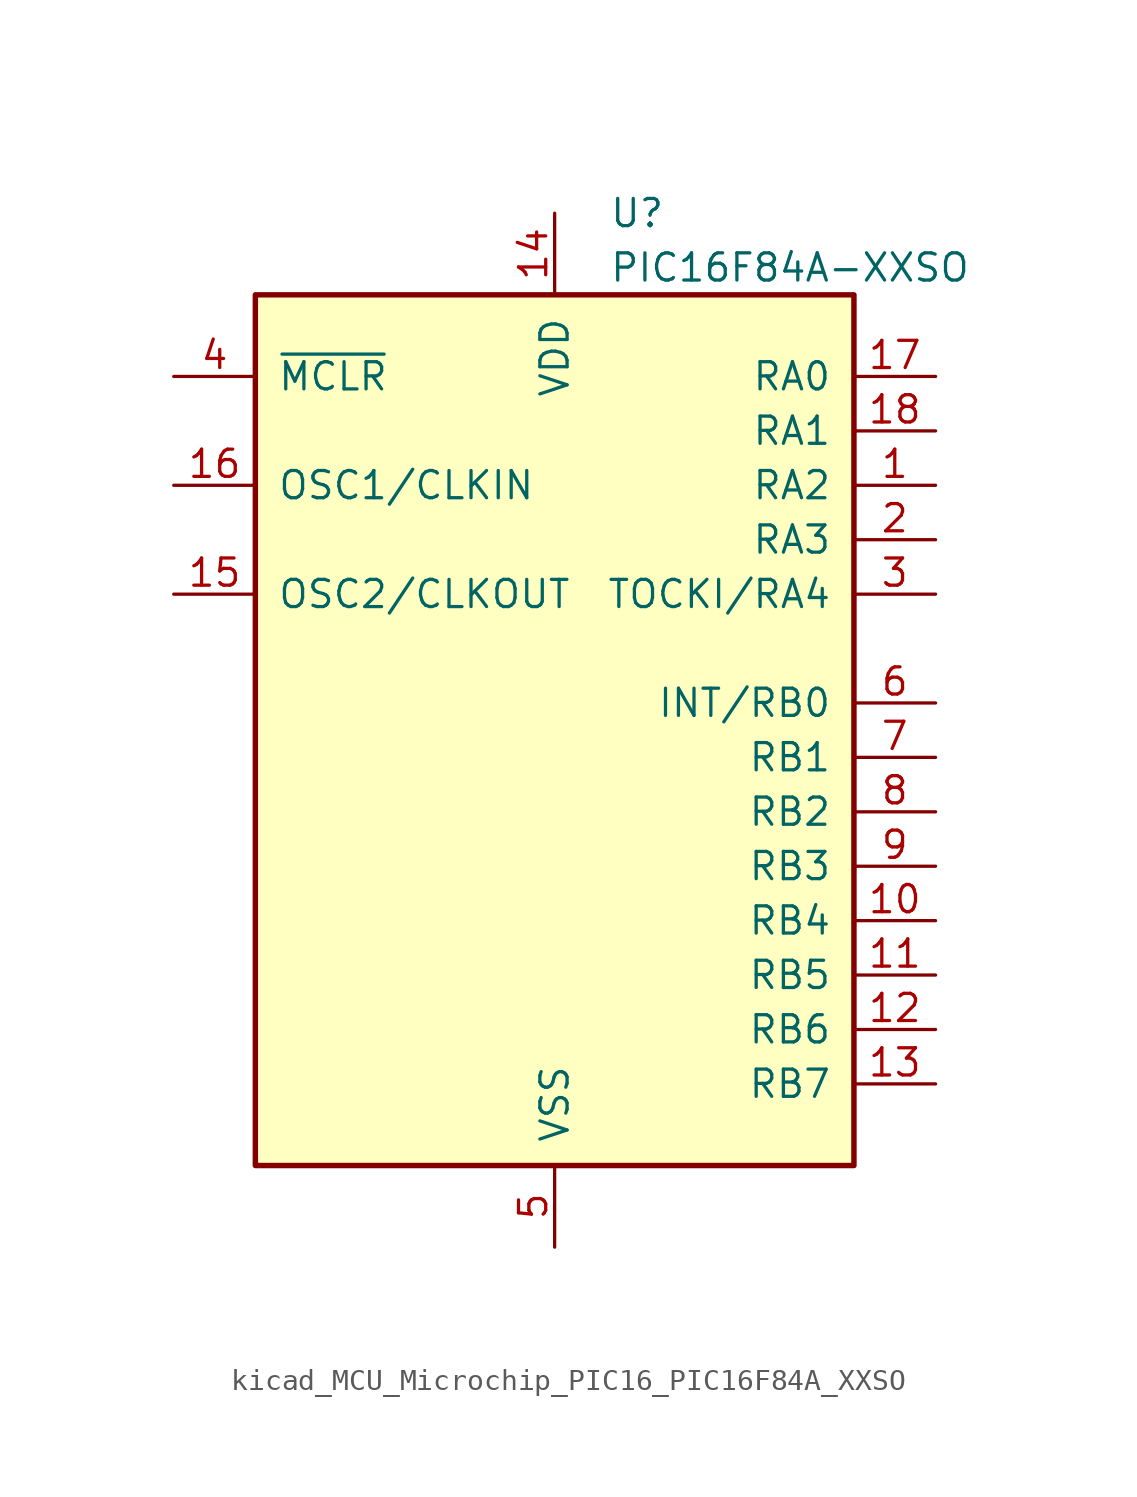
<source format=kicad_sym>
(kicad_symbol_lib
  (version 20220914)
  (generator kicad_symbol_editor)
  (symbol "kicad_MCU_Microchip_PIC16_PIC16F84A_XXSO"
    (pin_names
      (offset 1.016))
    (property "Reference" "U"
      (at 2.54 22.86 0)
      (effects (font (size 1.27 1.27)) (justify left)))
    (property "Value" "PIC16F84A-XXSO"
      (at 2.54 20.32 0)
      (effects (font (size 1.27 1.27)) (justify left)))
    (symbol "kicad_MCU_Microchip_PIC16_PIC16F84A_XXSO_0_1"
      (rectangle (start -13.97 19.05) (end 13.97 -21.59) (stroke (width 0.254) (type default)) (fill (type background))))
    (symbol "kicad_MCU_Microchip_PIC16_PIC16F84A_XXSO_1_1"
      (pin bidirectional line (at 17.78 10.16 180) (length 3.81) (name "RA2" (effects (font (size 1.27 1.27)))) (number "1" (effects (font (size 1.27 1.27)))))
      (pin bidirectional line (at 17.78 -10.16 180) (length 3.81) (name "RB4" (effects (font (size 1.27 1.27)))) (number "10" (effects (font (size 1.27 1.27)))))
      (pin bidirectional line (at 17.78 -12.7 180) (length 3.81) (name "RB5" (effects (font (size 1.27 1.27)))) (number "11" (effects (font (size 1.27 1.27)))))
      (pin bidirectional line (at 17.78 -15.24 180) (length 3.81) (name "RB6" (effects (font (size 1.27 1.27)))) (number "12" (effects (font (size 1.27 1.27)))))
      (pin bidirectional line (at 17.78 -17.78 180) (length 3.81) (name "RB7" (effects (font (size 1.27 1.27)))) (number "13" (effects (font (size 1.27 1.27)))))
      (pin power_in line (at 0 22.86 270) (length 3.81) (name "VDD" (effects (font (size 1.27 1.27)))) (number "14" (effects (font (size 1.27 1.27)))))
      (pin output line (at -17.78 5.08 0) (length 3.81) (name "OSC2/CLKOUT" (effects (font (size 1.27 1.27)))) (number "15" (effects (font (size 1.27 1.27)))))
      (pin input line (at -17.78 10.16 0) (length 3.81) (name "OSC1/CLKIN" (effects (font (size 1.27 1.27)))) (number "16" (effects (font (size 1.27 1.27)))))
      (pin bidirectional line (at 17.78 15.24 180) (length 3.81) (name "RA0" (effects (font (size 1.27 1.27)))) (number "17" (effects (font (size 1.27 1.27)))))
      (pin bidirectional line (at 17.78 12.7 180) (length 3.81) (name "RA1" (effects (font (size 1.27 1.27)))) (number "18" (effects (font (size 1.27 1.27)))))
      (pin bidirectional line (at 17.78 7.62 180) (length 3.81) (name "RA3" (effects (font (size 1.27 1.27)))) (number "2" (effects (font (size 1.27 1.27)))))
      (pin bidirectional line (at 17.78 5.08 180) (length 3.81) (name "TOCKI/RA4" (effects (font (size 1.27 1.27)))) (number "3" (effects (font (size 1.27 1.27)))))
      (pin input line (at -17.78 15.24 0) (length 3.81) (name "~{MCLR}" (effects (font (size 1.27 1.27)))) (number "4" (effects (font (size 1.27 1.27)))))
      (pin power_in line (at 0 -25.4 90) (length 3.81) (name "VSS" (effects (font (size 1.27 1.27)))) (number "5" (effects (font (size 1.27 1.27)))))
      (pin bidirectional line (at 17.78 0 180) (length 3.81) (name "INT/RB0" (effects (font (size 1.27 1.27)))) (number "6" (effects (font (size 1.27 1.27)))))
      (pin bidirectional line (at 17.78 -2.54 180) (length 3.81) (name "RB1" (effects (font (size 1.27 1.27)))) (number "7" (effects (font (size 1.27 1.27)))))
      (pin bidirectional line (at 17.78 -5.08 180) (length 3.81) (name "RB2" (effects (font (size 1.27 1.27)))) (number "8" (effects (font (size 1.27 1.27)))))
      (pin bidirectional line (at 17.78 -7.62 180) (length 3.81) (name "RB3" (effects (font (size 1.27 1.27)))) (number "9" (effects (font (size 1.27 1.27))))))))
</source>
